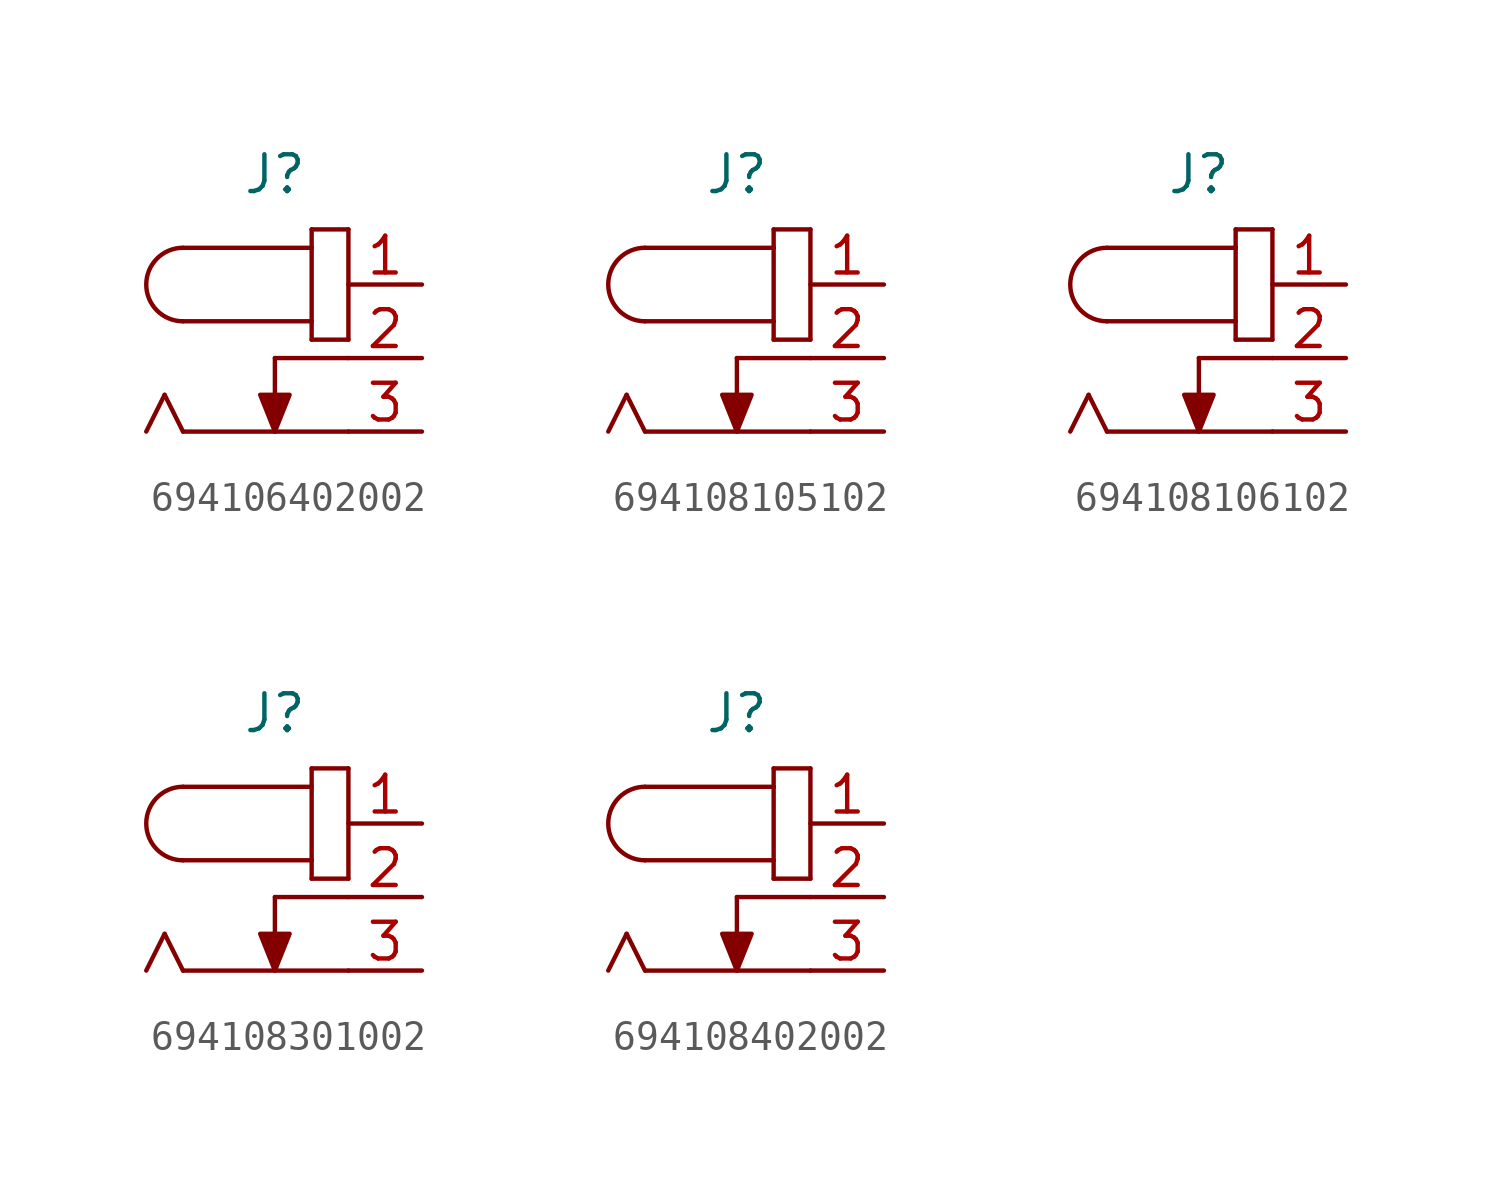
<source format=kicad_sym>
(kicad_symbol_lib
  (version 20220914)
  (generator kicad_symbol_editor)
  (symbol "694106402002"
    (pin_names hide)
    (property "Reference" "J"
      (at 0 5.08 0)
      (effects (font (size 1.27 1.27))))
    (symbol "694106402002_0_0"
      (arc (start -3.175 2.54) (mid -4.4395 1.27) (end -3.175 0) (stroke (width 0.1524) (type default)) (fill (type none)))
      (polyline (pts (xy -3.81 -2.54) (xy -4.445 -3.81)) (stroke (width 0.152) (type default)) (fill (type none)))
      (polyline (pts (xy -3.175 -3.81) (xy -3.81 -2.54)) (stroke (width 0.152) (type default)) (fill (type none)))
      (polyline (pts (xy -3.175 2.54) (xy 1.27 2.54)) (stroke (width 0.152) (type default)) (fill (type none)))
      (polyline (pts (xy 0 -1.27) (xy 0 -3.81)) (stroke (width 0.152) (type default)) (fill (type none)))
      (polyline (pts (xy 0 -1.27) (xy 2.54 -1.27)) (stroke (width 0.152) (type default)) (fill (type none)))
      (polyline (pts (xy 1.27 -0.635) (xy 2.54 -0.635)) (stroke (width 0.152) (type default)) (fill (type none)))
      (polyline (pts (xy 1.27 0) (xy -3.175 0)) (stroke (width 0.152) (type default)) (fill (type none)))
      (polyline (pts (xy 1.27 0) (xy 1.27 -0.635)) (stroke (width 0.152) (type default)) (fill (type none)))
      (polyline (pts (xy 1.27 2.54) (xy 1.27 0)) (stroke (width 0.152) (type default)) (fill (type none)))
      (polyline (pts (xy 1.27 3.175) (xy 1.27 2.54)) (stroke (width 0.152) (type default)) (fill (type none)))
      (polyline (pts (xy 2.54 -3.81) (xy -3.175 -3.81)) (stroke (width 0.152) (type default)) (fill (type none)))
      (polyline (pts (xy 2.54 -0.635) (xy 2.54 3.175)) (stroke (width 0.152) (type default)) (fill (type none)))
      (polyline (pts (xy 2.54 3.175) (xy 1.27 3.175)) (stroke (width 0.152) (type default)) (fill (type none)))
      (polyline (pts (xy 0 -3.81) (xy -0.508 -2.54) (xy 0.508 -2.54) (xy 0 -3.81)) (stroke (width 0.152) (type default)) (fill (type outline))))
    (symbol "694106402002_1_0"
      (pin passive line (at 5.08 1.27 180) (length 2.54) (name "1" (effects (font (size 1.27 1.27)))) (number "1" (effects (font (size 1.27 1.27)))))
      (pin passive line (at 5.08 -3.81 180) (length 2.54) (name "3" (effects (font (size 1.27 1.27)))) (number "3" (effects (font (size 1.27 1.27)))))
      (pin passive line (at 5.08 -1.27 180) (length 2.54) (name "2" (effects (font (size 1.27 1.27)))) (number "2" (effects (font (size 1.27 1.27)))))))
  (symbol "694108105102"
    (pin_names hide)
    (property "Reference" "J"
      (at 0 5.08 0)
      (effects (font (size 1.27 1.27))))
    (symbol "694108105102_0_0"
      (arc (start -3.175 2.54) (mid -4.4395 1.27) (end -3.175 0) (stroke (width 0.1524) (type default)) (fill (type none)))
      (polyline (pts (xy -3.81 -2.54) (xy -4.445 -3.81)) (stroke (width 0.152) (type default)) (fill (type none)))
      (polyline (pts (xy -3.175 -3.81) (xy -3.81 -2.54)) (stroke (width 0.152) (type default)) (fill (type none)))
      (polyline (pts (xy -3.175 2.54) (xy 1.27 2.54)) (stroke (width 0.152) (type default)) (fill (type none)))
      (polyline (pts (xy 0 -1.27) (xy 0 -3.81)) (stroke (width 0.152) (type default)) (fill (type none)))
      (polyline (pts (xy 0 -1.27) (xy 2.54 -1.27)) (stroke (width 0.152) (type default)) (fill (type none)))
      (polyline (pts (xy 1.27 -0.635) (xy 2.54 -0.635)) (stroke (width 0.152) (type default)) (fill (type none)))
      (polyline (pts (xy 1.27 0) (xy -3.175 0)) (stroke (width 0.152) (type default)) (fill (type none)))
      (polyline (pts (xy 1.27 0) (xy 1.27 -0.635)) (stroke (width 0.152) (type default)) (fill (type none)))
      (polyline (pts (xy 1.27 2.54) (xy 1.27 0)) (stroke (width 0.152) (type default)) (fill (type none)))
      (polyline (pts (xy 1.27 3.175) (xy 1.27 2.54)) (stroke (width 0.152) (type default)) (fill (type none)))
      (polyline (pts (xy 2.54 -3.81) (xy -3.175 -3.81)) (stroke (width 0.152) (type default)) (fill (type none)))
      (polyline (pts (xy 2.54 -0.635) (xy 2.54 3.175)) (stroke (width 0.152) (type default)) (fill (type none)))
      (polyline (pts (xy 2.54 3.175) (xy 1.27 3.175)) (stroke (width 0.152) (type default)) (fill (type none)))
      (polyline (pts (xy 0 -3.81) (xy -0.508 -2.54) (xy 0.508 -2.54) (xy 0 -3.81)) (stroke (width 0.152) (type default)) (fill (type outline))))
    (symbol "694108105102_1_0"
      (pin passive line (at 5.08 1.27 180) (length 2.54) (name "1" (effects (font (size 1.27 1.27)))) (number "1" (effects (font (size 1.27 1.27)))))
      (pin passive line (at 5.08 -3.81 180) (length 2.54) (name "3" (effects (font (size 1.27 1.27)))) (number "3" (effects (font (size 1.27 1.27)))))
      (pin passive line (at 5.08 -1.27 180) (length 2.54) (name "2" (effects (font (size 1.27 1.27)))) (number "2" (effects (font (size 1.27 1.27)))))))
  (symbol "694108106102"
    (pin_names hide)
    (property "Reference" "J"
      (at 0 5.08 0)
      (effects (font (size 1.27 1.27))))
    (symbol "694108106102_0_0"
      (arc (start -3.175 2.54) (mid -4.4395 1.27) (end -3.175 0) (stroke (width 0.1524) (type default)) (fill (type none)))
      (polyline (pts (xy -3.81 -2.54) (xy -4.445 -3.81)) (stroke (width 0.152) (type default)) (fill (type none)))
      (polyline (pts (xy -3.175 -3.81) (xy -3.81 -2.54)) (stroke (width 0.152) (type default)) (fill (type none)))
      (polyline (pts (xy -3.175 2.54) (xy 1.27 2.54)) (stroke (width 0.152) (type default)) (fill (type none)))
      (polyline (pts (xy 0 -1.27) (xy 0 -3.81)) (stroke (width 0.152) (type default)) (fill (type none)))
      (polyline (pts (xy 0 -1.27) (xy 2.54 -1.27)) (stroke (width 0.152) (type default)) (fill (type none)))
      (polyline (pts (xy 1.27 -0.635) (xy 2.54 -0.635)) (stroke (width 0.152) (type default)) (fill (type none)))
      (polyline (pts (xy 1.27 0) (xy -3.175 0)) (stroke (width 0.152) (type default)) (fill (type none)))
      (polyline (pts (xy 1.27 0) (xy 1.27 -0.635)) (stroke (width 0.152) (type default)) (fill (type none)))
      (polyline (pts (xy 1.27 2.54) (xy 1.27 0)) (stroke (width 0.152) (type default)) (fill (type none)))
      (polyline (pts (xy 1.27 3.175) (xy 1.27 2.54)) (stroke (width 0.152) (type default)) (fill (type none)))
      (polyline (pts (xy 2.54 -3.81) (xy -3.175 -3.81)) (stroke (width 0.152) (type default)) (fill (type none)))
      (polyline (pts (xy 2.54 -0.635) (xy 2.54 3.175)) (stroke (width 0.152) (type default)) (fill (type none)))
      (polyline (pts (xy 2.54 3.175) (xy 1.27 3.175)) (stroke (width 0.152) (type default)) (fill (type none)))
      (polyline (pts (xy 0 -3.81) (xy -0.508 -2.54) (xy 0.508 -2.54) (xy 0 -3.81)) (stroke (width 0.152) (type default)) (fill (type outline))))
    (symbol "694108106102_1_0"
      (pin passive line (at 5.08 1.27 180) (length 2.54) (name "1" (effects (font (size 1.27 1.27)))) (number "1" (effects (font (size 1.27 1.27)))))
      (pin passive line (at 5.08 -3.81 180) (length 2.54) (name "3" (effects (font (size 1.27 1.27)))) (number "3" (effects (font (size 1.27 1.27)))))
      (pin passive line (at 5.08 -1.27 180) (length 2.54) (name "2" (effects (font (size 1.27 1.27)))) (number "2" (effects (font (size 1.27 1.27)))))))
  (symbol "694108301002"
    (pin_names hide)
    (property "Reference" "J"
      (at 0 5.08 0)
      (effects (font (size 1.27 1.27))))
    (symbol "694108301002_0_0"
      (arc (start -3.175 2.54) (mid -4.4395 1.27) (end -3.175 0) (stroke (width 0.1524) (type default)) (fill (type none)))
      (polyline (pts (xy -3.81 -2.54) (xy -4.445 -3.81)) (stroke (width 0.152) (type default)) (fill (type none)))
      (polyline (pts (xy -3.175 -3.81) (xy -3.81 -2.54)) (stroke (width 0.152) (type default)) (fill (type none)))
      (polyline (pts (xy -3.175 2.54) (xy 1.27 2.54)) (stroke (width 0.152) (type default)) (fill (type none)))
      (polyline (pts (xy 0 -1.27) (xy 0 -3.81)) (stroke (width 0.152) (type default)) (fill (type none)))
      (polyline (pts (xy 0 -1.27) (xy 2.54 -1.27)) (stroke (width 0.152) (type default)) (fill (type none)))
      (polyline (pts (xy 1.27 -0.635) (xy 2.54 -0.635)) (stroke (width 0.152) (type default)) (fill (type none)))
      (polyline (pts (xy 1.27 0) (xy -3.175 0)) (stroke (width 0.152) (type default)) (fill (type none)))
      (polyline (pts (xy 1.27 0) (xy 1.27 -0.635)) (stroke (width 0.152) (type default)) (fill (type none)))
      (polyline (pts (xy 1.27 2.54) (xy 1.27 0)) (stroke (width 0.152) (type default)) (fill (type none)))
      (polyline (pts (xy 1.27 3.175) (xy 1.27 2.54)) (stroke (width 0.152) (type default)) (fill (type none)))
      (polyline (pts (xy 2.54 -3.81) (xy -3.175 -3.81)) (stroke (width 0.152) (type default)) (fill (type none)))
      (polyline (pts (xy 2.54 -0.635) (xy 2.54 3.175)) (stroke (width 0.152) (type default)) (fill (type none)))
      (polyline (pts (xy 2.54 3.175) (xy 1.27 3.175)) (stroke (width 0.152) (type default)) (fill (type none)))
      (polyline (pts (xy 0 -3.81) (xy -0.508 -2.54) (xy 0.508 -2.54) (xy 0 -3.81)) (stroke (width 0.152) (type default)) (fill (type outline))))
    (symbol "694108301002_1_0"
      (pin passive line (at 5.08 1.27 180) (length 2.54) (name "1" (effects (font (size 1.27 1.27)))) (number "1" (effects (font (size 1.27 1.27)))))
      (pin passive line (at 5.08 -3.81 180) (length 2.54) (name "3" (effects (font (size 1.27 1.27)))) (number "3" (effects (font (size 1.27 1.27)))))
      (pin passive line (at 5.08 -1.27 180) (length 2.54) (name "2" (effects (font (size 1.27 1.27)))) (number "2" (effects (font (size 1.27 1.27)))))))
  (symbol "694108402002"
    (pin_names hide)
    (property "Reference" "J"
      (at 0 5.08 0)
      (effects (font (size 1.27 1.27))))
    (symbol "694108402002_0_0"
      (arc (start -3.175 2.54) (mid -4.4395 1.27) (end -3.175 0) (stroke (width 0.1524) (type default)) (fill (type none)))
      (polyline (pts (xy -3.81 -2.54) (xy -4.445 -3.81)) (stroke (width 0.152) (type default)) (fill (type none)))
      (polyline (pts (xy -3.175 -3.81) (xy -3.81 -2.54)) (stroke (width 0.152) (type default)) (fill (type none)))
      (polyline (pts (xy -3.175 2.54) (xy 1.27 2.54)) (stroke (width 0.152) (type default)) (fill (type none)))
      (polyline (pts (xy 0 -1.27) (xy 0 -3.81)) (stroke (width 0.152) (type default)) (fill (type none)))
      (polyline (pts (xy 0 -1.27) (xy 2.54 -1.27)) (stroke (width 0.152) (type default)) (fill (type none)))
      (polyline (pts (xy 1.27 -0.635) (xy 2.54 -0.635)) (stroke (width 0.152) (type default)) (fill (type none)))
      (polyline (pts (xy 1.27 0) (xy -3.175 0)) (stroke (width 0.152) (type default)) (fill (type none)))
      (polyline (pts (xy 1.27 0) (xy 1.27 -0.635)) (stroke (width 0.152) (type default)) (fill (type none)))
      (polyline (pts (xy 1.27 2.54) (xy 1.27 0)) (stroke (width 0.152) (type default)) (fill (type none)))
      (polyline (pts (xy 1.27 3.175) (xy 1.27 2.54)) (stroke (width 0.152) (type default)) (fill (type none)))
      (polyline (pts (xy 2.54 -3.81) (xy -3.175 -3.81)) (stroke (width 0.152) (type default)) (fill (type none)))
      (polyline (pts (xy 2.54 -0.635) (xy 2.54 3.175)) (stroke (width 0.152) (type default)) (fill (type none)))
      (polyline (pts (xy 2.54 3.175) (xy 1.27 3.175)) (stroke (width 0.152) (type default)) (fill (type none)))
      (polyline (pts (xy 0 -3.81) (xy -0.508 -2.54) (xy 0.508 -2.54) (xy 0 -3.81)) (stroke (width 0.152) (type default)) (fill (type outline))))
    (symbol "694108402002_1_0"
      (pin passive line (at 5.08 1.27 180) (length 2.54) (name "1" (effects (font (size 1.27 1.27)))) (number "1" (effects (font (size 1.27 1.27)))))
      (pin passive line (at 5.08 -3.81 180) (length 2.54) (name "3" (effects (font (size 1.27 1.27)))) (number "3" (effects (font (size 1.27 1.27)))))
      (pin passive line (at 5.08 -1.27 180) (length 2.54) (name "2" (effects (font (size 1.27 1.27)))) (number "2" (effects (font (size 1.27 1.27))))))))
</source>
